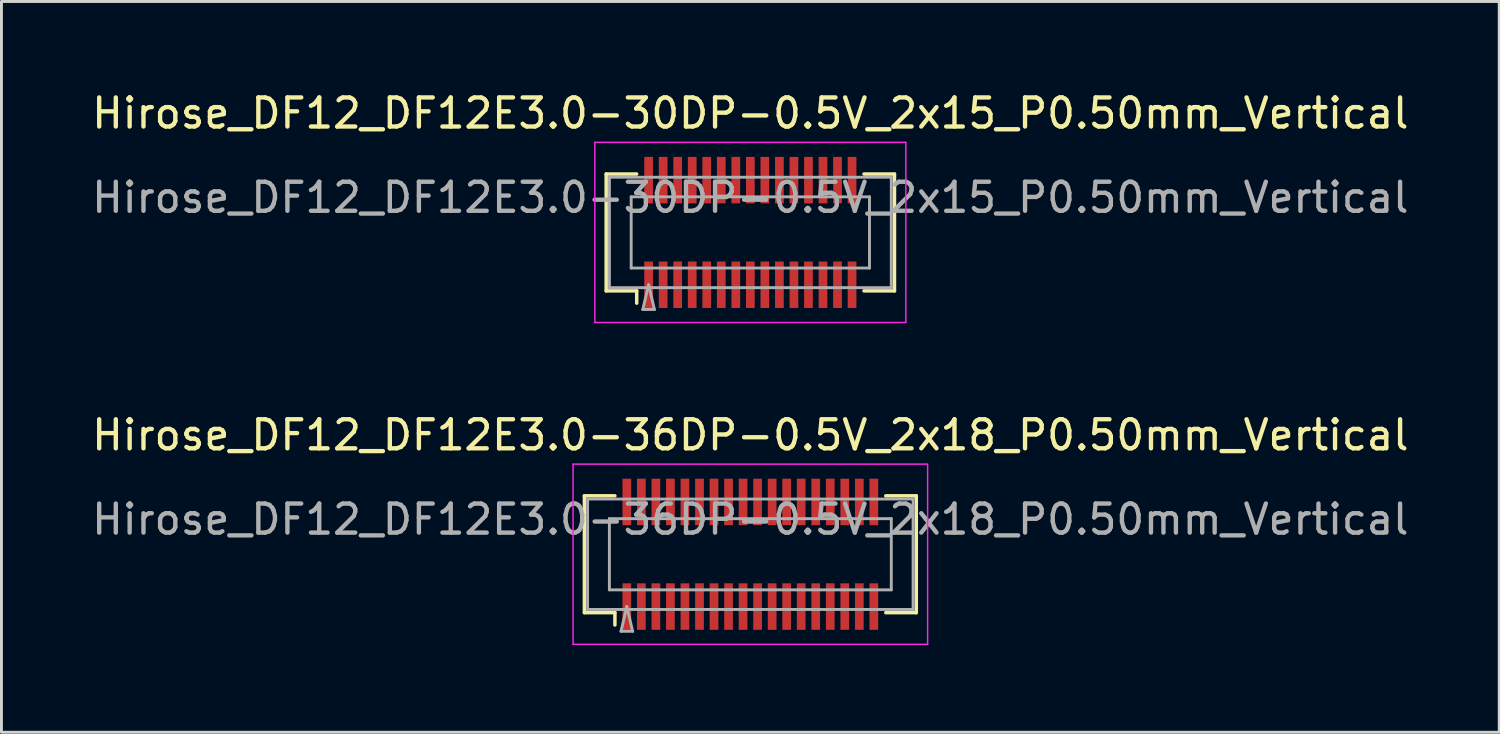
<source format=kicad_pcb>
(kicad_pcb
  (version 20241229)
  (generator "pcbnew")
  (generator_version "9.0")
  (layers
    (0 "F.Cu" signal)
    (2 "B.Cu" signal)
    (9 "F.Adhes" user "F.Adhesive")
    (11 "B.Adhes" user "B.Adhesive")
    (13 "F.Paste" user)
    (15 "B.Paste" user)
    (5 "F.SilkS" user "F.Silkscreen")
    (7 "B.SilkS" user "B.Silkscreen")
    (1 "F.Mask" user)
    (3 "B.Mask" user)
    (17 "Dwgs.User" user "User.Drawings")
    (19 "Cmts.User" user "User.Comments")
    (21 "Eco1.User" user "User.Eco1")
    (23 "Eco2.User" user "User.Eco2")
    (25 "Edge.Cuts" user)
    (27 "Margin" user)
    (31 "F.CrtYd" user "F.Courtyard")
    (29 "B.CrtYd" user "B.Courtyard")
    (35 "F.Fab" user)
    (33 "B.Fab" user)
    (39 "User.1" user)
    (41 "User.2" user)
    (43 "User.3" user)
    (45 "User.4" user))
  (footprint "Hirose_DF12_DF12E3.0-36DP-0.5V_2x18_P0.50mm_Vertical"
    (layer "F.Cu")
    (at 22.768 16.021)
    (property "Reference" "Hirose_DF12_DF12E3.0-36DP-0.5V_2x18_P0.50mm_Vertical" (at 0 -4.1 0) (layer "F.SilkS") (effects (font (size 1 1) (thickness 0.15))))
    (attr smd)
    (fp_line (start -5.71 -2.01) (end -4.66 -2.01) (stroke (width 0.12) (type solid)) (layer "F.SilkS"))
    (fp_line (start -5.71 2.01) (end -5.71 -2.01) (stroke (width 0.12) (type solid)) (layer "F.SilkS"))
    (fp_line (start -4.66 2.01) (end -5.71 2.01) (stroke (width 0.12) (type solid)) (layer "F.SilkS"))
    (fp_line (start -4.66 2.433) (end -4.66 2.01) (stroke (width 0.12) (type solid)) (layer "F.SilkS"))
    (fp_line (start 4.66 2.01) (end 5.71 2.01) (stroke (width 0.12) (type solid)) (layer "F.SilkS"))
    (fp_line (start 5.71 -2.01) (end 4.66 -2.01) (stroke (width 0.12) (type solid)) (layer "F.SilkS"))
    (fp_line (start 5.71 2.01) (end 5.71 -2.01) (stroke (width 0.12) (type solid)) (layer "F.SilkS"))
    (fp_line (start -6.1 -3.1) (end -6.1 3.1) (stroke (width 0.05) (type solid)) (layer "F.CrtYd"))
    (fp_line (start -6.1 3.1) (end 6.1 3.1) (stroke (width 0.05) (type solid)) (layer "F.CrtYd"))
    (fp_line (start 6.1 -3.1) (end -6.1 -3.1) (stroke (width 0.05) (type solid)) (layer "F.CrtYd"))
    (fp_line (start 6.1 3.1) (end 6.1 -3.1) (stroke (width 0.05) (type solid)) (layer "F.CrtYd"))
    (fp_line (start -5.6 -1.9) (end 5.6 -1.9) (stroke (width 0.1) (type solid)) (layer "F.Fab"))
    (fp_line (start -5.6 1.9) (end -5.6 -1.9) (stroke (width 0.1) (type solid)) (layer "F.Fab"))
    (fp_line (start -4.85 -1.225) (end 4.85 -1.225) (stroke (width 0.1) (type solid)) (layer "F.Fab"))
    (fp_line (start -4.85 1.225) (end -4.85 -1.225) (stroke (width 0.1) (type solid)) (layer "F.Fab"))
    (fp_line (start -4.45 2.65) (end -4.25 1.8) (stroke (width 0.1) (type solid)) (layer "F.Fab"))
    (fp_line (start -4.25 1.8) (end -4.05 2.65) (stroke (width 0.1) (type solid)) (layer "F.Fab"))
    (fp_line (start -4.05 2.65) (end -4.45 2.65) (stroke (width 0.1) (type solid)) (layer "F.Fab"))
    (fp_line (start 4.85 -1.225) (end 4.85 1.225) (stroke (width 0.1) (type solid)) (layer "F.Fab"))
    (fp_line (start 4.85 1.225) (end -4.85 1.225) (stroke (width 0.1) (type solid)) (layer "F.Fab"))
    (fp_line (start 5.6 -1.9) (end 5.6 1.9) (stroke (width 0.1) (type solid)) (layer "F.Fab"))
    (fp_line (start 5.6 1.9) (end -5.6 1.9) (stroke (width 0.1) (type solid)) (layer "F.Fab"))
    (fp_text user "${REFERENCE}" (at 0 -1.2 0) (layer "F.Fab") (effects (font (size 1 1) (thickness 0.15))))
    (pad "" smd rect (at -4.25 -2) (size 0.28 1.2) (layers "F.Paste"))
    (pad "" smd rect (at -4.25 2) (size 0.28 1.2) (layers "F.Paste"))
    (pad "" smd rect (at -3.75 -2) (size 0.28 1.2) (layers "F.Paste"))
    (pad "" smd rect (at -3.75 2) (size 0.28 1.2) (layers "F.Paste"))
    (pad "" smd rect (at -3.25 -2) (size 0.28 1.2) (layers "F.Paste"))
    (pad "" smd rect (at -3.25 2) (size 0.28 1.2) (layers "F.Paste"))
    (pad "" smd rect (at -2.75 -2) (size 0.28 1.2) (layers "F.Paste"))
    (pad "" smd rect (at -2.75 2) (size 0.28 1.2) (layers "F.Paste"))
    (pad "" smd rect (at -2.25 -2) (size 0.28 1.2) (layers "F.Paste"))
    (pad "" smd rect (at -2.25 2) (size 0.28 1.2) (layers "F.Paste"))
    (pad "" smd rect (at -1.75 -2) (size 0.28 1.2) (layers "F.Paste"))
    (pad "" smd rect (at -1.75 2) (size 0.28 1.2) (layers "F.Paste"))
    (pad "" smd rect (at -1.25 -2) (size 0.28 1.2) (layers "F.Paste"))
    (pad "" smd rect (at -1.25 2) (size 0.28 1.2) (layers "F.Paste"))
    (pad "" smd rect (at -0.75 -2) (size 0.28 1.2) (layers "F.Paste"))
    (pad "" smd rect (at -0.75 2) (size 0.28 1.2) (layers "F.Paste"))
    (pad "" smd rect (at -0.25 -2) (size 0.28 1.2) (layers "F.Paste"))
    (pad "" smd rect (at -0.25 2) (size 0.28 1.2) (layers "F.Paste"))
    (pad "" smd rect (at 0.25 -2) (size 0.28 1.2) (layers "F.Paste"))
    (pad "" smd rect (at 0.25 2) (size 0.28 1.2) (layers "F.Paste"))
    (pad "" smd rect (at 0.75 -2) (size 0.28 1.2) (layers "F.Paste"))
    (pad "" smd rect (at 0.75 2) (size 0.28 1.2) (layers "F.Paste"))
    (pad "" smd rect (at 1.25 -2) (size 0.28 1.2) (layers "F.Paste"))
    (pad "" smd rect (at 1.25 2) (size 0.28 1.2) (layers "F.Paste"))
    (pad "" smd rect (at 1.75 -2) (size 0.28 1.2) (layers "F.Paste"))
    (pad "" smd rect (at 1.75 2) (size 0.28 1.2) (layers "F.Paste"))
    (pad "" smd rect (at 2.25 -2) (size 0.28 1.2) (layers "F.Paste"))
    (pad "" smd rect (at 2.25 2) (size 0.28 1.2) (layers "F.Paste"))
    (pad "" smd rect (at 2.75 -2) (size 0.28 1.2) (layers "F.Paste"))
    (pad "" smd rect (at 2.75 2) (size 0.28 1.2) (layers "F.Paste"))
    (pad "" smd rect (at 3.25 -2) (size 0.28 1.2) (layers "F.Paste"))
    (pad "" smd rect (at 3.25 2) (size 0.28 1.2) (layers "F.Paste"))
    (pad "" smd rect (at 3.75 -2) (size 0.28 1.2) (layers "F.Paste"))
    (pad "" smd rect (at 3.75 2) (size 0.28 1.2) (layers "F.Paste"))
    (pad "" smd rect (at 4.25 -2) (size 0.28 1.2) (layers "F.Paste"))
    (pad "" smd rect (at 4.25 2) (size 0.28 1.2) (layers "F.Paste"))
    (pad "1" smd rect (at -4.25 1.8) (size 0.3 1.6) (layers "F.Cu" "F.Mask"))
    (pad "2" smd rect (at -3.75 1.8) (size 0.3 1.6) (layers "F.Cu" "F.Mask"))
    (pad "3" smd rect (at -3.25 1.8) (size 0.3 1.6) (layers "F.Cu" "F.Mask"))
    (pad "4" smd rect (at -2.75 1.8) (size 0.3 1.6) (layers "F.Cu" "F.Mask"))
    (pad "5" smd rect (at -2.25 1.8) (size 0.3 1.6) (layers "F.Cu" "F.Mask"))
    (pad "6" smd rect (at -1.75 1.8) (size 0.3 1.6) (layers "F.Cu" "F.Mask"))
    (pad "7" smd rect (at -1.25 1.8) (size 0.3 1.6) (layers "F.Cu" "F.Mask"))
    (pad "8" smd rect (at -0.75 1.8) (size 0.3 1.6) (layers "F.Cu" "F.Mask"))
    (pad "9" smd rect (at -0.25 1.8) (size 0.3 1.6) (layers "F.Cu" "F.Mask"))
    (pad "10" smd rect (at 0.25 1.8) (size 0.3 1.6) (layers "F.Cu" "F.Mask"))
    (pad "11" smd rect (at 0.75 1.8) (size 0.3 1.6) (layers "F.Cu" "F.Mask"))
    (pad "12" smd rect (at 1.25 1.8) (size 0.3 1.6) (layers "F.Cu" "F.Mask"))
    (pad "13" smd rect (at 1.75 1.8) (size 0.3 1.6) (layers "F.Cu" "F.Mask"))
    (pad "14" smd rect (at 2.25 1.8) (size 0.3 1.6) (layers "F.Cu" "F.Mask"))
    (pad "15" smd rect (at 2.75 1.8) (size 0.3 1.6) (layers "F.Cu" "F.Mask"))
    (pad "16" smd rect (at 3.25 1.8) (size 0.3 1.6) (layers "F.Cu" "F.Mask"))
    (pad "17" smd rect (at 3.75 1.8) (size 0.3 1.6) (layers "F.Cu" "F.Mask"))
    (pad "18" smd rect (at 4.25 1.8) (size 0.3 1.6) (layers "F.Cu" "F.Mask"))
    (pad "19" smd rect (at -4.25 -1.8) (size 0.3 1.6) (layers "F.Cu" "F.Mask"))
    (pad "20" smd rect (at -3.75 -1.8) (size 0.3 1.6) (layers "F.Cu" "F.Mask"))
    (pad "21" smd rect (at -3.25 -1.8) (size 0.3 1.6) (layers "F.Cu" "F.Mask"))
    (pad "22" smd rect (at -2.75 -1.8) (size 0.3 1.6) (layers "F.Cu" "F.Mask"))
    (pad "23" smd rect (at -2.25 -1.8) (size 0.3 1.6) (layers "F.Cu" "F.Mask"))
    (pad "24" smd rect (at -1.75 -1.8) (size 0.3 1.6) (layers "F.Cu" "F.Mask"))
    (pad "25" smd rect (at -1.25 -1.8) (size 0.3 1.6) (layers "F.Cu" "F.Mask"))
    (pad "26" smd rect (at -0.75 -1.8) (size 0.3 1.6) (layers "F.Cu" "F.Mask"))
    (pad "27" smd rect (at -0.25 -1.8) (size 0.3 1.6) (layers "F.Cu" "F.Mask"))
    (pad "28" smd rect (at 0.25 -1.8) (size 0.3 1.6) (layers "F.Cu" "F.Mask"))
    (pad "29" smd rect (at 0.75 -1.8) (size 0.3 1.6) (layers "F.Cu" "F.Mask"))
    (pad "30" smd rect (at 1.25 -1.8) (size 0.3 1.6) (layers "F.Cu" "F.Mask"))
    (pad "31" smd rect (at 1.75 -1.8) (size 0.3 1.6) (layers "F.Cu" "F.Mask"))
    (pad "32" smd rect (at 2.25 -1.8) (size 0.3 1.6) (layers "F.Cu" "F.Mask"))
    (pad "33" smd rect (at 2.75 -1.8) (size 0.3 1.6) (layers "F.Cu" "F.Mask"))
    (pad "34" smd rect (at 3.25 -1.8) (size 0.3 1.6) (layers "F.Cu" "F.Mask"))
    (pad "35" smd rect (at 3.75 -1.8) (size 0.3 1.6) (layers "F.Cu" "F.Mask"))
    (pad "36" smd rect (at 4.25 -1.8) (size 0.3 1.6) (layers "F.Cu" "F.Mask")))
  (footprint "Hirose_DF12_DF12E3.0-30DP-0.5V_2x15_P0.50mm_Vertical"
    (layer "F.Cu")
    (at 22.768 4.948)
    (property "Reference" "Hirose_DF12_DF12E3.0-30DP-0.5V_2x15_P0.50mm_Vertical" (at 0 -4.1 0) (layer "F.SilkS") (effects (font (size 1 1) (thickness 0.15))))
    (attr smd)
    (fp_line (start -4.96 -2.01) (end -3.91 -2.01) (stroke (width 0.12) (type solid)) (layer "F.SilkS"))
    (fp_line (start -4.96 2.01) (end -4.96 -2.01) (stroke (width 0.12) (type solid)) (layer "F.SilkS"))
    (fp_line (start -3.91 2.01) (end -4.96 2.01) (stroke (width 0.12) (type solid)) (layer "F.SilkS"))
    (fp_line (start -3.91 2.433) (end -3.91 2.01) (stroke (width 0.12) (type solid)) (layer "F.SilkS"))
    (fp_line (start 3.91 2.01) (end 4.96 2.01) (stroke (width 0.12) (type solid)) (layer "F.SilkS"))
    (fp_line (start 4.96 -2.01) (end 3.91 -2.01) (stroke (width 0.12) (type solid)) (layer "F.SilkS"))
    (fp_line (start 4.96 2.01) (end 4.96 -2.01) (stroke (width 0.12) (type solid)) (layer "F.SilkS"))
    (fp_line (start -5.35 -3.1) (end -5.35 3.1) (stroke (width 0.05) (type solid)) (layer "F.CrtYd"))
    (fp_line (start -5.35 3.1) (end 5.35 3.1) (stroke (width 0.05) (type solid)) (layer "F.CrtYd"))
    (fp_line (start 5.35 -3.1) (end -5.35 -3.1) (stroke (width 0.05) (type solid)) (layer "F.CrtYd"))
    (fp_line (start 5.35 3.1) (end 5.35 -3.1) (stroke (width 0.05) (type solid)) (layer "F.CrtYd"))
    (fp_line (start -4.85 -1.9) (end 4.85 -1.9) (stroke (width 0.1) (type solid)) (layer "F.Fab"))
    (fp_line (start -4.85 1.9) (end -4.85 -1.9) (stroke (width 0.1) (type solid)) (layer "F.Fab"))
    (fp_line (start -4.1 -1.225) (end 4.1 -1.225) (stroke (width 0.1) (type solid)) (layer "F.Fab"))
    (fp_line (start -4.1 1.225) (end -4.1 -1.225) (stroke (width 0.1) (type solid)) (layer "F.Fab"))
    (fp_line (start -3.7 2.65) (end -3.5 1.8) (stroke (width 0.1) (type solid)) (layer "F.Fab"))
    (fp_line (start -3.5 1.8) (end -3.3 2.65) (stroke (width 0.1) (type solid)) (layer "F.Fab"))
    (fp_line (start -3.3 2.65) (end -3.7 2.65) (stroke (width 0.1) (type solid)) (layer "F.Fab"))
    (fp_line (start 4.1 -1.225) (end 4.1 1.225) (stroke (width 0.1) (type solid)) (layer "F.Fab"))
    (fp_line (start 4.1 1.225) (end -4.1 1.225) (stroke (width 0.1) (type solid)) (layer "F.Fab"))
    (fp_line (start 4.85 -1.9) (end 4.85 1.9) (stroke (width 0.1) (type solid)) (layer "F.Fab"))
    (fp_line (start 4.85 1.9) (end -4.85 1.9) (stroke (width 0.1) (type solid)) (layer "F.Fab"))
    (fp_text user "${REFERENCE}" (at 0 -1.2 0) (layer "F.Fab") (effects (font (size 1 1) (thickness 0.15))))
    (pad "" smd rect (at -3.5 -2) (size 0.28 1.2) (layers "F.Paste"))
    (pad "" smd rect (at -3.5 2) (size 0.28 1.2) (layers "F.Paste"))
    (pad "" smd rect (at -3 -2) (size 0.28 1.2) (layers "F.Paste"))
    (pad "" smd rect (at -3 2) (size 0.28 1.2) (layers "F.Paste"))
    (pad "" smd rect (at -2.5 -2) (size 0.28 1.2) (layers "F.Paste"))
    (pad "" smd rect (at -2.5 2) (size 0.28 1.2) (layers "F.Paste"))
    (pad "" smd rect (at -2 -2) (size 0.28 1.2) (layers "F.Paste"))
    (pad "" smd rect (at -2 2) (size 0.28 1.2) (layers "F.Paste"))
    (pad "" smd rect (at -1.5 -2) (size 0.28 1.2) (layers "F.Paste"))
    (pad "" smd rect (at -1.5 2) (size 0.28 1.2) (layers "F.Paste"))
    (pad "" smd rect (at -1 -2) (size 0.28 1.2) (layers "F.Paste"))
    (pad "" smd rect (at -1 2) (size 0.28 1.2) (layers "F.Paste"))
    (pad "" smd rect (at -0.5 -2) (size 0.28 1.2) (layers "F.Paste"))
    (pad "" smd rect (at -0.5 2) (size 0.28 1.2) (layers "F.Paste"))
    (pad "" smd rect (at 0 -2) (size 0.28 1.2) (layers "F.Paste"))
    (pad "" smd rect (at 0 2) (size 0.28 1.2) (layers "F.Paste"))
    (pad "" smd rect (at 0.5 -2) (size 0.28 1.2) (layers "F.Paste"))
    (pad "" smd rect (at 0.5 2) (size 0.28 1.2) (layers "F.Paste"))
    (pad "" smd rect (at 1 -2) (size 0.28 1.2) (layers "F.Paste"))
    (pad "" smd rect (at 1 2) (size 0.28 1.2) (layers "F.Paste"))
    (pad "" smd rect (at 1.5 -2) (size 0.28 1.2) (layers "F.Paste"))
    (pad "" smd rect (at 1.5 2) (size 0.28 1.2) (layers "F.Paste"))
    (pad "" smd rect (at 2 -2) (size 0.28 1.2) (layers "F.Paste"))
    (pad "" smd rect (at 2 2) (size 0.28 1.2) (layers "F.Paste"))
    (pad "" smd rect (at 2.5 -2) (size 0.28 1.2) (layers "F.Paste"))
    (pad "" smd rect (at 2.5 2) (size 0.28 1.2) (layers "F.Paste"))
    (pad "" smd rect (at 3 -2) (size 0.28 1.2) (layers "F.Paste"))
    (pad "" smd rect (at 3 2) (size 0.28 1.2) (layers "F.Paste"))
    (pad "" smd rect (at 3.5 -2) (size 0.28 1.2) (layers "F.Paste"))
    (pad "" smd rect (at 3.5 2) (size 0.28 1.2) (layers "F.Paste"))
    (pad "1" smd rect (at -3.5 1.8) (size 0.3 1.6) (layers "F.Cu" "F.Mask"))
    (pad "2" smd rect (at -3 1.8) (size 0.3 1.6) (layers "F.Cu" "F.Mask"))
    (pad "3" smd rect (at -2.5 1.8) (size 0.3 1.6) (layers "F.Cu" "F.Mask"))
    (pad "4" smd rect (at -2 1.8) (size 0.3 1.6) (layers "F.Cu" "F.Mask"))
    (pad "5" smd rect (at -1.5 1.8) (size 0.3 1.6) (layers "F.Cu" "F.Mask"))
    (pad "6" smd rect (at -1 1.8) (size 0.3 1.6) (layers "F.Cu" "F.Mask"))
    (pad "7" smd rect (at -0.5 1.8) (size 0.3 1.6) (layers "F.Cu" "F.Mask"))
    (pad "8" smd rect (at 0 1.8) (size 0.3 1.6) (layers "F.Cu" "F.Mask"))
    (pad "9" smd rect (at 0.5 1.8) (size 0.3 1.6) (layers "F.Cu" "F.Mask"))
    (pad "10" smd rect (at 1 1.8) (size 0.3 1.6) (layers "F.Cu" "F.Mask"))
    (pad "11" smd rect (at 1.5 1.8) (size 0.3 1.6) (layers "F.Cu" "F.Mask"))
    (pad "12" smd rect (at 2 1.8) (size 0.3 1.6) (layers "F.Cu" "F.Mask"))
    (pad "13" smd rect (at 2.5 1.8) (size 0.3 1.6) (layers "F.Cu" "F.Mask"))
    (pad "14" smd rect (at 3 1.8) (size 0.3 1.6) (layers "F.Cu" "F.Mask"))
    (pad "15" smd rect (at 3.5 1.8) (size 0.3 1.6) (layers "F.Cu" "F.Mask"))
    (pad "16" smd rect (at -3.5 -1.8) (size 0.3 1.6) (layers "F.Cu" "F.Mask"))
    (pad "17" smd rect (at -3 -1.8) (size 0.3 1.6) (layers "F.Cu" "F.Mask"))
    (pad "18" smd rect (at -2.5 -1.8) (size 0.3 1.6) (layers "F.Cu" "F.Mask"))
    (pad "19" smd rect (at -2 -1.8) (size 0.3 1.6) (layers "F.Cu" "F.Mask"))
    (pad "20" smd rect (at -1.5 -1.8) (size 0.3 1.6) (layers "F.Cu" "F.Mask"))
    (pad "21" smd rect (at -1 -1.8) (size 0.3 1.6) (layers "F.Cu" "F.Mask"))
    (pad "22" smd rect (at -0.5 -1.8) (size 0.3 1.6) (layers "F.Cu" "F.Mask"))
    (pad "23" smd rect (at 0 -1.8) (size 0.3 1.6) (layers "F.Cu" "F.Mask"))
    (pad "24" smd rect (at 0.5 -1.8) (size 0.3 1.6) (layers "F.Cu" "F.Mask"))
    (pad "25" smd rect (at 1 -1.8) (size 0.3 1.6) (layers "F.Cu" "F.Mask"))
    (pad "26" smd rect (at 1.5 -1.8) (size 0.3 1.6) (layers "F.Cu" "F.Mask"))
    (pad "27" smd rect (at 2 -1.8) (size 0.3 1.6) (layers "F.Cu" "F.Mask"))
    (pad "28" smd rect (at 2.5 -1.8) (size 0.3 1.6) (layers "F.Cu" "F.Mask"))
    (pad "29" smd rect (at 3 -1.8) (size 0.3 1.6) (layers "F.Cu" "F.Mask"))
    (pad "30" smd rect (at 3.5 -1.8) (size 0.3 1.6) (layers "F.Cu" "F.Mask")))
  (gr_rect
    (start -3 -3)
    (end 48.536 22.146)
    (stroke (width 0.1) (type default))
    (fill no)
    (layer "Edge.Cuts")))
</source>
